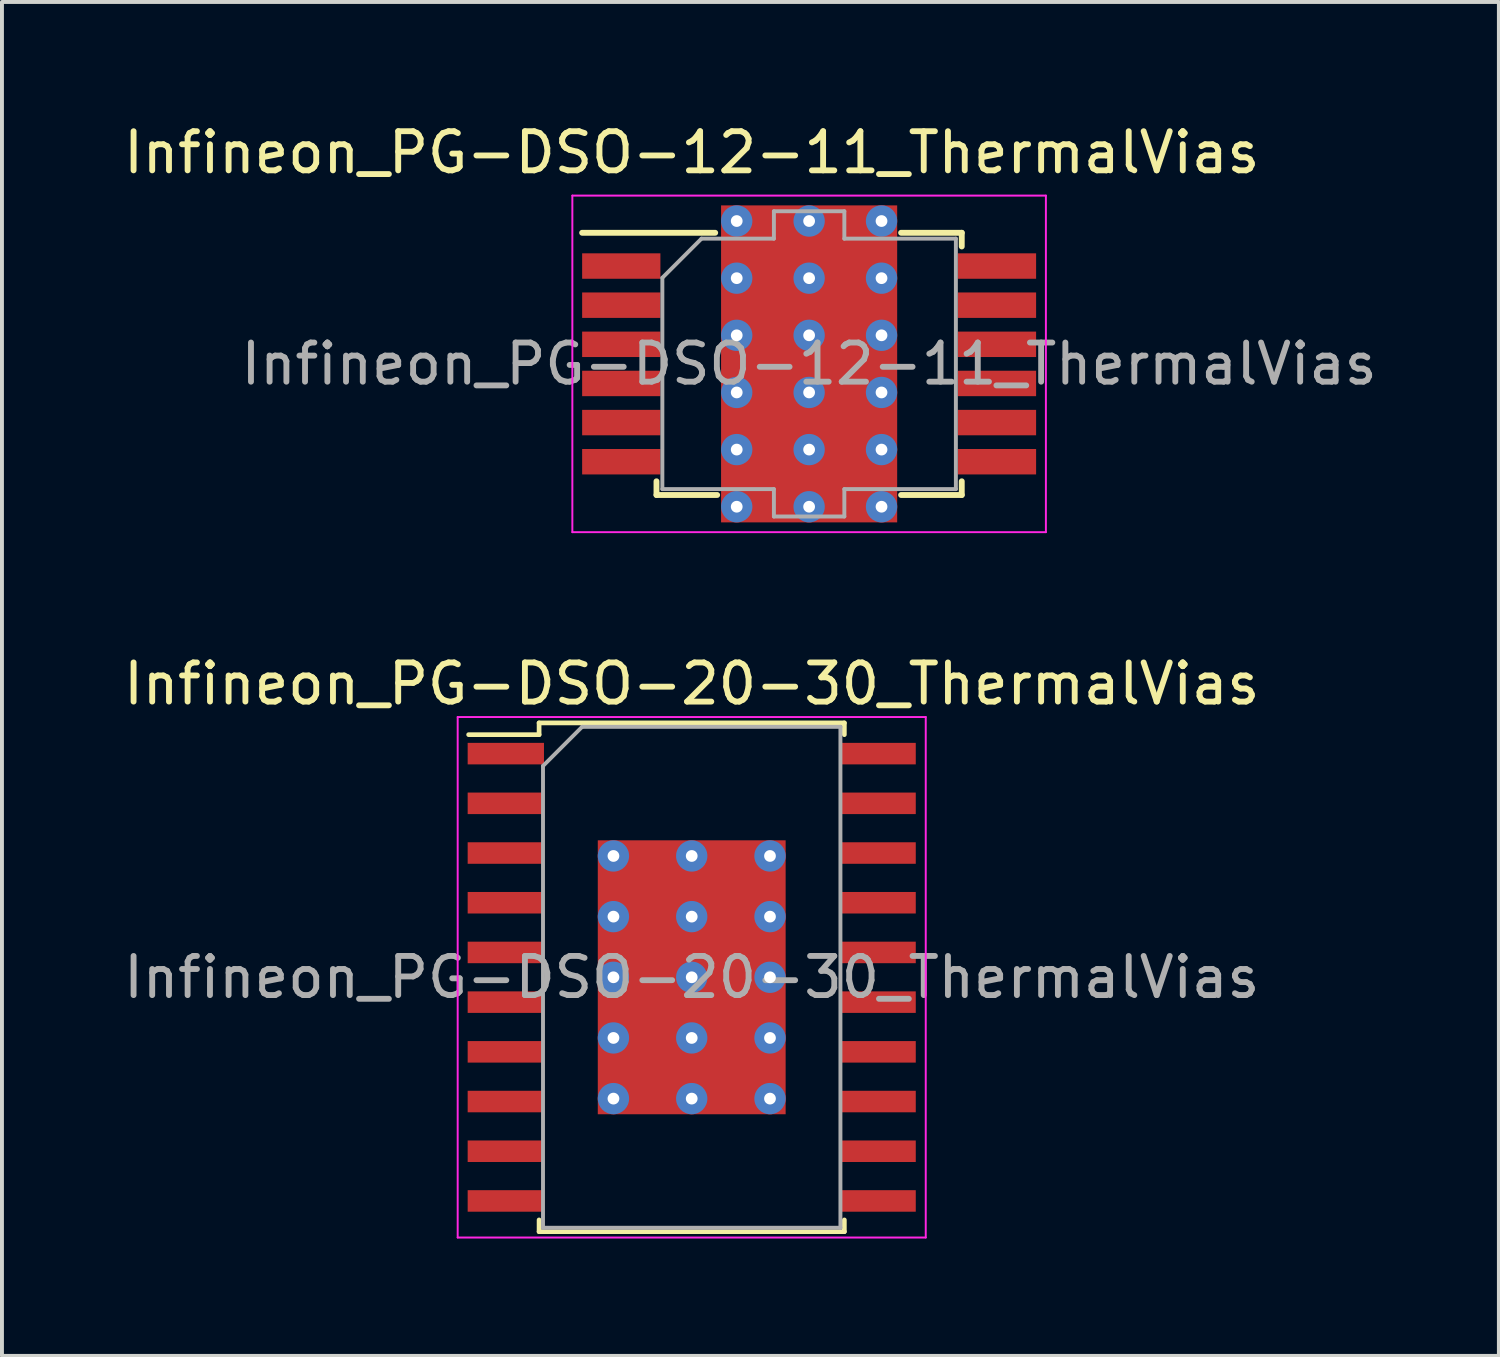
<source format=kicad_pcb>
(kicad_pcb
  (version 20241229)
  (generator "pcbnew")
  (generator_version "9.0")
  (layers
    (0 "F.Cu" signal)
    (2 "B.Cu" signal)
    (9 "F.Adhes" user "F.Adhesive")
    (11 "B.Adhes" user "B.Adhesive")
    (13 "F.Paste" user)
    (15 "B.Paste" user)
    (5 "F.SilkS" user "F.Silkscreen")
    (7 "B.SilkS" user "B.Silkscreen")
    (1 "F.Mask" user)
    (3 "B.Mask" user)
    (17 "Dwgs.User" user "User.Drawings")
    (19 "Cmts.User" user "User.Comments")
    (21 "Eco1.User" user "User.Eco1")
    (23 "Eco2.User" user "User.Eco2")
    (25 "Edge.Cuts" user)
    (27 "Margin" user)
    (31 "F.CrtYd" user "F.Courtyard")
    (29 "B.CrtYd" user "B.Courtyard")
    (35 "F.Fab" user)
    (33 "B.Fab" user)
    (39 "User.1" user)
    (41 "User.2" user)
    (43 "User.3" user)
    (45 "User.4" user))
  (footprint "Infineon_PG-DSO-20-30_ThermalVias"
    (layer "F.Cu")
    (at 14.625 21.922)
    (property "Reference" "Infineon_PG-DSO-20-30_ThermalVias" (at 0 -7.5 0) (layer "F.SilkS") (effects (font (size 1 1) (thickness 0.15))))
    (attr through_hole)
    (fp_line (start -5.7 -6.2) (end -3.9 -6.2) (stroke (width 0.12) (type solid)) (layer "F.SilkS"))
    (fp_line (start -3.9 -6.5) (end 3.9 -6.5) (stroke (width 0.12) (type solid)) (layer "F.SilkS"))
    (fp_line (start -3.9 -6.2) (end -3.9 -6.5) (stroke (width 0.12) (type solid)) (layer "F.SilkS"))
    (fp_line (start -3.9 6.2) (end -3.9 6.5) (stroke (width 0.12) (type solid)) (layer "F.SilkS"))
    (fp_line (start 3.9 -6.2) (end 3.9 -6.5) (stroke (width 0.12) (type solid)) (layer "F.SilkS"))
    (fp_line (start 3.9 6.2) (end 3.9 6.5) (stroke (width 0.12) (type solid)) (layer "F.SilkS"))
    (fp_line (start 3.9 6.5) (end -3.9 6.5) (stroke (width 0.12) (type solid)) (layer "F.SilkS"))
    (fp_line (start -5.98 -6.65) (end 5.98 -6.65) (stroke (width 0.05) (type solid)) (layer "F.CrtYd"))
    (fp_line (start -5.98 6.65) (end -5.98 -6.65) (stroke (width 0.05) (type solid)) (layer "F.CrtYd"))
    (fp_line (start -5.98 6.65) (end 5.98 6.65) (stroke (width 0.05) (type solid)) (layer "F.CrtYd"))
    (fp_line (start 5.98 6.65) (end 5.98 -6.65) (stroke (width 0.05) (type solid)) (layer "F.CrtYd"))
    (fp_line (start -3.8 6.4) (end -3.8 -5.4) (stroke (width 0.1) (type solid)) (layer "F.Fab"))
    (fp_line (start -2.8 -6.4) (end -3.8 -5.4) (stroke (width 0.1) (type solid)) (layer "F.Fab"))
    (fp_line (start -2.8 -6.4) (end 3.8 -6.4) (stroke (width 0.1) (type solid)) (layer "F.Fab"))
    (fp_line (start 3.8 -6.4) (end 3.8 6.4) (stroke (width 0.1) (type solid)) (layer "F.Fab"))
    (fp_line (start 3.8 6.4) (end -3.8 6.4) (stroke (width 0.1) (type solid)) (layer "F.Fab"))
    (fp_text user "${REFERENCE}" (at 0 0 0) (layer "F.Fab") (effects (font (size 1 1) (thickness 0.15))))
    (pad "" smd rect (at -1 -2.325) (size 1.7 1.25) (layers "F.Paste"))
    (pad "" smd rect (at -1 -0.775) (size 1.7 1.25) (layers "F.Paste"))
    (pad "" smd rect (at -1 0.775) (size 1.7 1.25) (layers "F.Paste"))
    (pad "" smd rect (at -1 2.325) (size 1.7 1.25) (layers "F.Paste"))
    (pad "" smd rect (at 1 -2.325) (size 1.7 1.25) (layers "F.Paste"))
    (pad "" smd rect (at 1 -0.775) (size 1.7 1.25) (layers "F.Paste"))
    (pad "" smd rect (at 1 0.775) (size 1.7 1.25) (layers "F.Paste"))
    (pad "" smd rect (at 1 2.325) (size 1.7 1.25) (layers "F.Paste"))
    (pad "1" smd rect (at -4.75 -5.715 90) (size 0.55 1.95) (layers "F.Cu" "F.Mask" "F.Paste"))
    (pad "2" smd rect (at -4.75 -4.445 90) (size 0.55 1.95) (layers "F.Cu" "F.Mask" "F.Paste"))
    (pad "3" smd rect (at -4.75 -3.175 90) (size 0.55 1.95) (layers "F.Cu" "F.Mask" "F.Paste"))
    (pad "4" smd rect (at -4.75 -1.905 90) (size 0.55 1.95) (layers "F.Cu" "F.Mask" "F.Paste"))
    (pad "5" smd rect (at -4.75 -0.635 90) (size 0.55 1.95) (layers "F.Cu" "F.Mask" "F.Paste"))
    (pad "6" smd rect (at -4.75 0.635 90) (size 0.55 1.95) (layers "F.Cu" "F.Mask" "F.Paste"))
    (pad "7" smd rect (at -4.75 1.905 90) (size 0.55 1.95) (layers "F.Cu" "F.Mask" "F.Paste"))
    (pad "8" smd rect (at -4.75 3.175 90) (size 0.55 1.95) (layers "F.Cu" "F.Mask" "F.Paste"))
    (pad "9" smd rect (at -4.75 4.445 90) (size 0.55 1.95) (layers "F.Cu" "F.Mask" "F.Paste"))
    (pad "10" smd rect (at -4.75 5.715 90) (size 0.55 1.95) (layers "F.Cu" "F.Mask" "F.Paste"))
    (pad "11" smd rect (at 4.75 5.715 90) (size 0.55 1.95) (layers "F.Cu" "F.Mask" "F.Paste"))
    (pad "12" smd rect (at 4.75 4.445 90) (size 0.55 1.95) (layers "F.Cu" "F.Mask" "F.Paste"))
    (pad "13" smd rect (at 4.75 3.175 90) (size 0.55 1.95) (layers "F.Cu" "F.Mask" "F.Paste"))
    (pad "14" smd rect (at 4.75 1.905 90) (size 0.55 1.95) (layers "F.Cu" "F.Mask" "F.Paste"))
    (pad "15" smd rect (at 4.75 0.635 90) (size 0.55 1.95) (layers "F.Cu" "F.Mask" "F.Paste"))
    (pad "16" smd rect (at 4.75 -0.635 90) (size 0.55 1.95) (layers "F.Cu" "F.Mask" "F.Paste"))
    (pad "17" smd rect (at 4.75 -1.905 90) (size 0.55 1.95) (layers "F.Cu" "F.Mask" "F.Paste"))
    (pad "18" smd rect (at 4.75 -3.175 90) (size 0.55 1.95) (layers "F.Cu" "F.Mask" "F.Paste"))
    (pad "19" smd rect (at 4.75 -4.445 90) (size 0.55 1.95) (layers "F.Cu" "F.Mask" "F.Paste"))
    (pad "20" smd rect (at 4.75 -5.715 90) (size 0.55 1.95) (layers "F.Cu" "F.Mask" "F.Paste"))
    (pad "21" thru_hole circle (at -2 -3.1) (size 0.8 0.8) (drill 0.3) (layers "*.Cu"))
    (pad "21" thru_hole circle (at -2 -1.55) (size 0.8 0.8) (drill 0.3) (layers "*.Cu"))
    (pad "21" thru_hole circle (at -2 0) (size 0.8 0.8) (drill 0.3) (layers "*.Cu"))
    (pad "21" thru_hole circle (at -2 1.55) (size 0.8 0.8) (drill 0.3) (layers "*.Cu"))
    (pad "21" thru_hole circle (at -2 3.1) (size 0.8 0.8) (drill 0.3) (layers "*.Cu"))
    (pad "21" thru_hole circle (at 0 -3.1) (size 0.8 0.8) (drill 0.3) (layers "*.Cu"))
    (pad "21" thru_hole circle (at 0 -1.55) (size 0.8 0.8) (drill 0.3) (layers "*.Cu"))
    (pad "21" thru_hole circle (at 0 0) (size 0.8 0.8) (drill 0.3) (layers "*.Cu"))
    (pad "21" smd rect (at 0 0) (size 4.8 7) (layers "F.Cu" "F.Mask"))
    (pad "21" thru_hole circle (at 0 1.55) (size 0.8 0.8) (drill 0.3) (layers "*.Cu"))
    (pad "21" thru_hole circle (at 0 3.1) (size 0.8 0.8) (drill 0.3) (layers "*.Cu"))
    (pad "21" thru_hole circle (at 2 -3.1) (size 0.8 0.8) (drill 0.3) (layers "*.Cu"))
    (pad "21" thru_hole circle (at 2 -1.55) (size 0.8 0.8) (drill 0.3) (layers "*.Cu"))
    (pad "21" thru_hole circle (at 2 0) (size 0.8 0.8) (drill 0.3) (layers "*.Cu"))
    (pad "21" thru_hole circle (at 2 1.55) (size 0.8 0.8) (drill 0.3) (layers "*.Cu"))
    (pad "21" thru_hole circle (at 2 3.1) (size 0.8 0.8) (drill 0.3) (layers "*.Cu")))
  (footprint "Infineon_PG-DSO-12-11_ThermalVias"
    (layer "F.Cu")
    (at 17.625 6.248)
    (property "Reference" "Infineon_PG-DSO-12-11_ThermalVias" (at -3 -5.4 0) (layer "F.SilkS") (effects (font (size 1 1) (thickness 0.15))))
    (attr through_hole)
    (fp_line (start -5.8 -3.35) (end -2.4 -3.35) (stroke (width 0.15) (type solid)) (layer "F.SilkS"))
    (fp_line (start -3.9 3) (end -3.9 3.35) (stroke (width 0.15) (type solid)) (layer "F.SilkS"))
    (fp_line (start -3.9 3.35) (end -2.35 3.35) (stroke (width 0.15) (type solid)) (layer "F.SilkS"))
    (fp_line (start 3.9 -3.35) (end 2.35 -3.35) (stroke (width 0.15) (type solid)) (layer "F.SilkS"))
    (fp_line (start 3.9 -3) (end 3.9 -3.35) (stroke (width 0.15) (type solid)) (layer "F.SilkS"))
    (fp_line (start 3.9 3) (end 3.9 3.35) (stroke (width 0.15) (type solid)) (layer "F.SilkS"))
    (fp_line (start 3.9 3.35) (end 2.35 3.35) (stroke (width 0.15) (type solid)) (layer "F.SilkS"))
    (fp_line (start -6.05 -4.3) (end 6.05 -4.3) (stroke (width 0.05) (type solid)) (layer "F.CrtYd"))
    (fp_line (start -6.05 4.3) (end -6.05 -4.3) (stroke (width 0.05) (type solid)) (layer "F.CrtYd"))
    (fp_line (start 6.05 -4.3) (end 6.05 4.3) (stroke (width 0.05) (type solid)) (layer "F.CrtYd"))
    (fp_line (start 6.05 4.3) (end -6.05 4.3) (stroke (width 0.05) (type solid)) (layer "F.CrtYd"))
    (fp_line (start -3.75 3.2) (end -3.75 -2.2) (stroke (width 0.1) (type solid)) (layer "F.Fab"))
    (fp_line (start -2.75 -3.2) (end -3.75 -2.2) (stroke (width 0.1) (type solid)) (layer "F.Fab"))
    (fp_line (start -2.75 -3.2) (end -0.9 -3.2) (stroke (width 0.1) (type solid)) (layer "F.Fab"))
    (fp_line (start -0.9 -3.9) (end 0.9 -3.9) (stroke (width 0.1) (type solid)) (layer "F.Fab"))
    (fp_line (start -0.9 -3.2) (end -0.9 -3.9) (stroke (width 0.1) (type solid)) (layer "F.Fab"))
    (fp_line (start -0.9 3.2) (end -3.75 3.2) (stroke (width 0.1) (type solid)) (layer "F.Fab"))
    (fp_line (start -0.9 3.9) (end -0.9 3.2) (stroke (width 0.1) (type solid)) (layer "F.Fab"))
    (fp_line (start 0.9 -3.9) (end 0.9 -3.2) (stroke (width 0.1) (type solid)) (layer "F.Fab"))
    (fp_line (start 0.9 -3.2) (end 3.75 -3.2) (stroke (width 0.1) (type solid)) (layer "F.Fab"))
    (fp_line (start 0.9 3.2) (end 0.9 3.9) (stroke (width 0.1) (type solid)) (layer "F.Fab"))
    (fp_line (start 0.9 3.9) (end -0.9 3.9) (stroke (width 0.1) (type solid)) (layer "F.Fab"))
    (fp_line (start 3.75 -3.2) (end 3.75 3.2) (stroke (width 0.1) (type solid)) (layer "F.Fab"))
    (fp_line (start 3.75 3.2) (end 0.9 3.2) (stroke (width 0.1) (type solid)) (layer "F.Fab"))
    (fp_text user "${REFERENCE}" (at 0 0 0) (layer "F.Fab") (effects (font (size 1 1) (thickness 0.15))))
    (pad "" smd rect (at -0.925 -2.92) (size 1.55 1.16) (layers "F.Paste"))
    (pad "" smd rect (at -0.925 -1.46) (size 1.55 1.16) (layers "F.Paste"))
    (pad "" smd rect (at -0.925 0) (size 1.55 1.16) (layers "F.Paste"))
    (pad "" smd rect (at -0.925 1.46) (size 1.55 1.16) (layers "F.Paste"))
    (pad "" smd rect (at -0.925 2.92) (size 1.55 1.16) (layers "F.Paste"))
    (pad "" smd rect (at 0.925 -2.92) (size 1.55 1.16) (layers "F.Paste"))
    (pad "" smd rect (at 0.925 -1.46) (size 1.55 1.16) (layers "F.Paste"))
    (pad "" smd rect (at 0.925 0) (size 1.55 1.16) (layers "F.Paste"))
    (pad "" smd rect (at 0.925 1.46) (size 1.55 1.16) (layers "F.Paste"))
    (pad "" smd rect (at 0.925 2.92) (size 1.55 1.16) (layers "F.Paste"))
    (pad "1" smd rect (at -4.8 -2.5) (size 2 0.65) (layers "F.Cu" "F.Mask" "F.Paste"))
    (pad "2" smd rect (at -4.8 -1.5) (size 2 0.65) (layers "F.Cu" "F.Mask" "F.Paste"))
    (pad "3" smd rect (at -4.8 -0.5) (size 2 0.65) (layers "F.Cu" "F.Mask" "F.Paste"))
    (pad "4" smd rect (at -4.8 0.5) (size 2 0.65) (layers "F.Cu" "F.Mask" "F.Paste"))
    (pad "5" smd rect (at -4.8 1.5) (size 2 0.65) (layers "F.Cu" "F.Mask" "F.Paste"))
    (pad "6" smd rect (at -4.8 2.5) (size 2 0.65) (layers "F.Cu" "F.Mask" "F.Paste"))
    (pad "7" smd rect (at 4.8 2.5) (size 2 0.65) (layers "F.Cu" "F.Mask" "F.Paste"))
    (pad "8" smd rect (at 4.8 1.5) (size 2 0.65) (layers "F.Cu" "F.Mask" "F.Paste"))
    (pad "9" smd rect (at 4.8 0.5) (size 2 0.65) (layers "F.Cu" "F.Mask" "F.Paste"))
    (pad "10" smd rect (at 4.8 -0.5) (size 2 0.65) (layers "F.Cu" "F.Mask" "F.Paste"))
    (pad "11" smd rect (at 4.8 -1.5) (size 2 0.65) (layers "F.Cu" "F.Mask" "F.Paste"))
    (pad "12" smd rect (at 4.8 -2.5) (size 2 0.65) (layers "F.Cu" "F.Mask" "F.Paste"))
    (pad "13" thru_hole circle (at -1.85 -3.65) (size 0.8 0.8) (drill 0.3) (layers "*.Cu"))
    (pad "13" thru_hole circle (at -1.85 -2.19) (size 0.8 0.8) (drill 0.3) (layers "*.Cu"))
    (pad "13" thru_hole circle (at -1.85 -0.73) (size 0.8 0.8) (drill 0.3) (layers "*.Cu"))
    (pad "13" thru_hole circle (at -1.85 0.73) (size 0.8 0.8) (drill 0.3) (layers "*.Cu"))
    (pad "13" thru_hole circle (at -1.85 2.19) (size 0.8 0.8) (drill 0.3) (layers "*.Cu"))
    (pad "13" thru_hole circle (at -1.85 3.65) (size 0.8 0.8) (drill 0.3) (layers "*.Cu"))
    (pad "13" thru_hole circle (at 0 -3.65) (size 0.8 0.8) (drill 0.3) (layers "*.Cu"))
    (pad "13" thru_hole circle (at 0 -2.19) (size 0.8 0.8) (drill 0.3) (layers "*.Cu"))
    (pad "13" thru_hole circle (at 0 -0.73) (size 0.8 0.8) (drill 0.3) (layers "*.Cu"))
    (pad "13" smd rect (at 0 0) (size 4.5 8.1) (layers "F.Cu" "F.Mask"))
    (pad "13" thru_hole circle (at 0 0.73) (size 0.8 0.8) (drill 0.3) (layers "*.Cu"))
    (pad "13" thru_hole circle (at 0 2.19) (size 0.8 0.8) (drill 0.3) (layers "*.Cu"))
    (pad "13" thru_hole circle (at 0 3.65) (size 0.8 0.8) (drill 0.3) (layers "*.Cu"))
    (pad "13" thru_hole circle (at 1.85 -3.65) (size 0.8 0.8) (drill 0.3) (layers "*.Cu"))
    (pad "13" thru_hole circle (at 1.85 -2.19) (size 0.8 0.8) (drill 0.3) (layers "*.Cu"))
    (pad "13" thru_hole circle (at 1.85 -0.73) (size 0.8 0.8) (drill 0.3) (layers "*.Cu"))
    (pad "13" thru_hole circle (at 1.85 0.73) (size 0.8 0.8) (drill 0.3) (layers "*.Cu"))
    (pad "13" thru_hole circle (at 1.85 2.19) (size 0.8 0.8) (drill 0.3) (layers "*.Cu"))
    (pad "13" thru_hole circle (at 1.85 3.65) (size 0.8 0.8) (drill 0.3) (layers "*.Cu")))
  (gr_rect
    (start -3 -3)
    (end 35.25 31.596)
    (stroke (width 0.1) (type default))
    (fill no)
    (layer "Edge.Cuts")))
</source>
